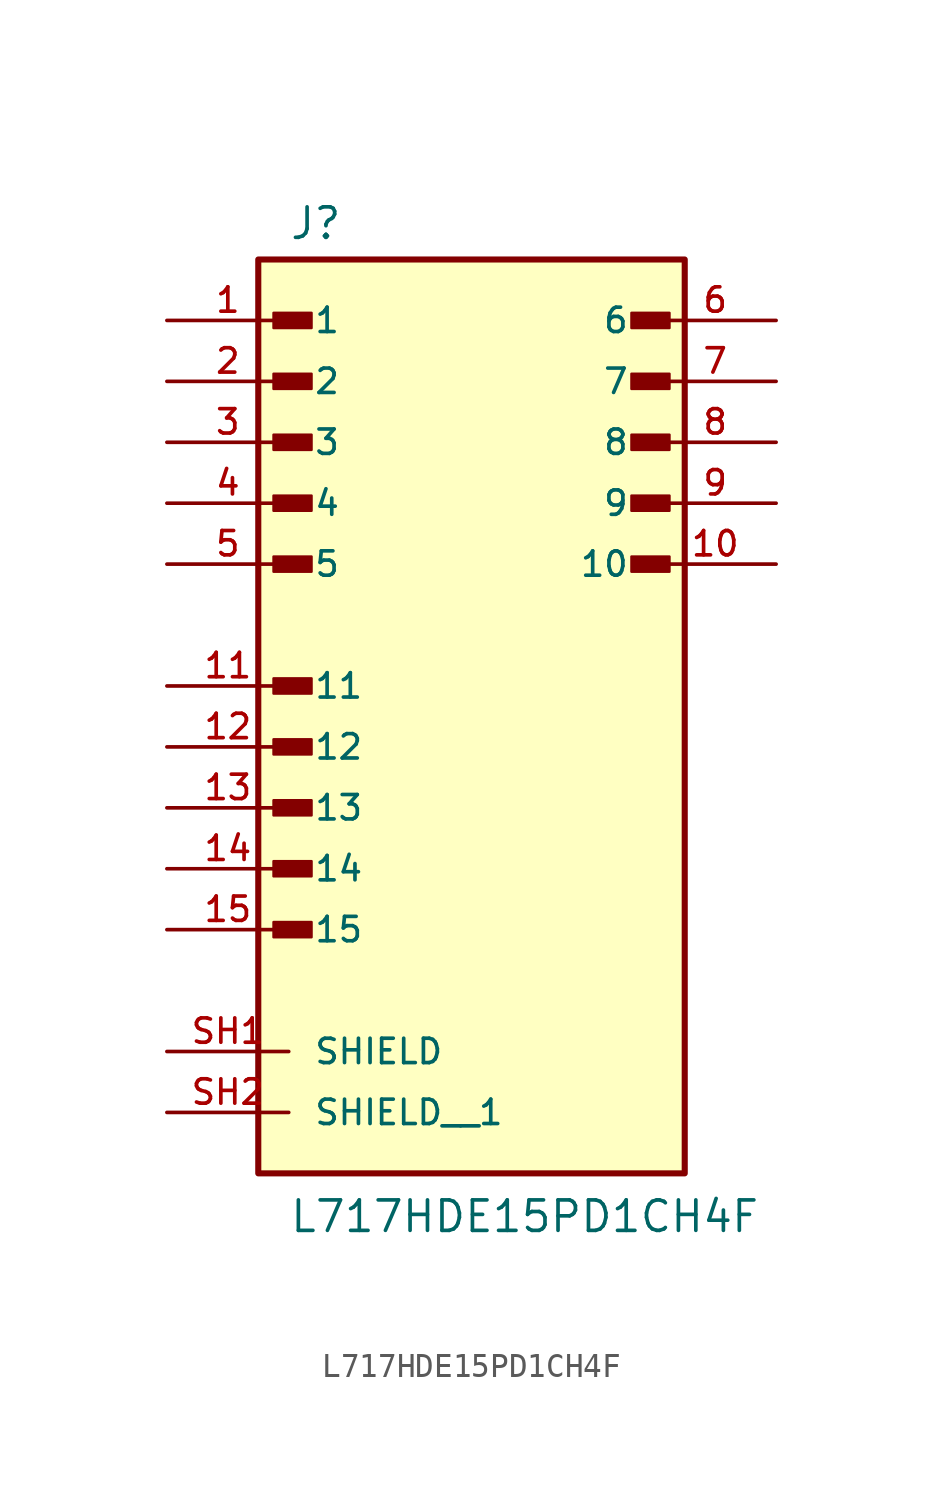
<source format=kicad_sym>
(kicad_symbol_lib
  (version 20211014)
  (generator kicad_symbol_editor)
  (symbol "L717HDE15PD1CH4F"
    (pin_names
      (offset 1.016))
    (property "Reference" "J"
      (at -7.62 18.542 0)
      (effects (font (size 1.27 1.27)) (justify bottom left)))
    (property "Value" "L717HDE15PD1CH4F"
      (at -7.62 -22.86 0)
      (effects (font (size 1.27 1.27)) (justify bottom left)))
    (symbol "L717HDE15PD1CH4F_0_0"
      (rectangle (start -8.255 14.922) (end -6.668 15.557) (stroke (width 0.1)) (fill (type outline)))
      (rectangle (start -8.255 12.383) (end -6.668 13.018) (stroke (width 0.1)) (fill (type outline)))
      (rectangle (start -8.255 9.842) (end -6.668 10.477) (stroke (width 0.1)) (fill (type outline)))
      (rectangle (start -8.255 7.303) (end -6.668 7.938) (stroke (width 0.1)) (fill (type outline)))
      (rectangle (start -8.255 4.763) (end -6.668 5.397) (stroke (width 0.1)) (fill (type outline)))
      (rectangle (start -8.255 -0.318) (end -6.668 0.318) (stroke (width 0.1)) (fill (type outline)))
      (rectangle (start -8.255 -2.857) (end -6.668 -2.223) (stroke (width 0.1)) (fill (type outline)))
      (rectangle (start -8.255 -5.397) (end -6.668 -4.763) (stroke (width 0.1)) (fill (type outline)))
      (rectangle (start -8.255 -7.938) (end -6.668 -7.303) (stroke (width 0.1)) (fill (type outline)))
      (rectangle (start -8.255 -10.477) (end -6.668 -9.842) (stroke (width 0.1)) (fill (type outline)))
      (rectangle (start 6.668 14.922) (end 8.255 15.557) (stroke (width 0.1)) (fill (type outline)))
      (rectangle (start 6.668 12.383) (end 8.255 13.018) (stroke (width 0.1)) (fill (type outline)))
      (rectangle (start 6.668 9.842) (end 8.255 10.477) (stroke (width 0.1)) (fill (type outline)))
      (rectangle (start 6.668 7.303) (end 8.255 7.938) (stroke (width 0.1)) (fill (type outline)))
      (rectangle (start 6.668 4.763) (end 8.255 5.397) (stroke (width 0.1)) (fill (type outline)))
      (rectangle (start -8.89 -20.32) (end 8.89 17.78) (stroke (width 0.254)) (fill (type background)))
      (pin passive line (at -12.7 15.24 0) (length 5.08) (name "1" (effects (font (size 1.016 1.016)))) (number "1" (effects (font (size 1.016 1.016)))))
      (pin passive line (at -12.7 12.7 0) (length 5.08) (name "2" (effects (font (size 1.016 1.016)))) (number "2" (effects (font (size 1.016 1.016)))))
      (pin passive line (at -12.7 10.16 0) (length 5.08) (name "3" (effects (font (size 1.016 1.016)))) (number "3" (effects (font (size 1.016 1.016)))))
      (pin passive line (at -12.7 7.62 0) (length 5.08) (name "4" (effects (font (size 1.016 1.016)))) (number "4" (effects (font (size 1.016 1.016)))))
      (pin passive line (at -12.7 5.08 0) (length 5.08) (name "5" (effects (font (size 1.016 1.016)))) (number "5" (effects (font (size 1.016 1.016)))))
      (pin passive line (at 12.7 15.24 180.0) (length 5.08) (name "6" (effects (font (size 1.016 1.016)))) (number "6" (effects (font (size 1.016 1.016)))))
      (pin passive line (at 12.7 12.7 180.0) (length 5.08) (name "7" (effects (font (size 1.016 1.016)))) (number "7" (effects (font (size 1.016 1.016)))))
      (pin passive line (at 12.7 10.16 180.0) (length 5.08) (name "8" (effects (font (size 1.016 1.016)))) (number "8" (effects (font (size 1.016 1.016)))))
      (pin passive line (at 12.7 7.62 180.0) (length 5.08) (name "9" (effects (font (size 1.016 1.016)))) (number "9" (effects (font (size 1.016 1.016)))))
      (pin passive line (at 12.7 5.08 180.0) (length 5.08) (name "10" (effects (font (size 1.016 1.016)))) (number "10" (effects (font (size 1.016 1.016)))))
      (pin passive line (at -12.7 0.0 0) (length 5.08) (name "11" (effects (font (size 1.016 1.016)))) (number "11" (effects (font (size 1.016 1.016)))))
      (pin passive line (at -12.7 -2.54 0) (length 5.08) (name "12" (effects (font (size 1.016 1.016)))) (number "12" (effects (font (size 1.016 1.016)))))
      (pin passive line (at -12.7 -5.08 0) (length 5.08) (name "13" (effects (font (size 1.016 1.016)))) (number "13" (effects (font (size 1.016 1.016)))))
      (pin passive line (at -12.7 -7.62 0) (length 5.08) (name "14" (effects (font (size 1.016 1.016)))) (number "14" (effects (font (size 1.016 1.016)))))
      (pin passive line (at -12.7 -10.16 0) (length 5.08) (name "15" (effects (font (size 1.016 1.016)))) (number "15" (effects (font (size 1.016 1.016)))))
      (pin passive line (at -12.7 -15.24 0) (length 5.08) (name "SHIELD" (effects (font (size 1.016 1.016)))) (number "SH1" (effects (font (size 1.016 1.016)))))
      (pin passive line (at -12.7 -17.78 0) (length 5.08) (name "SHIELD__1" (effects (font (size 1.016 1.016)))) (number "SH2" (effects (font (size 1.016 1.016))))))))
</source>
